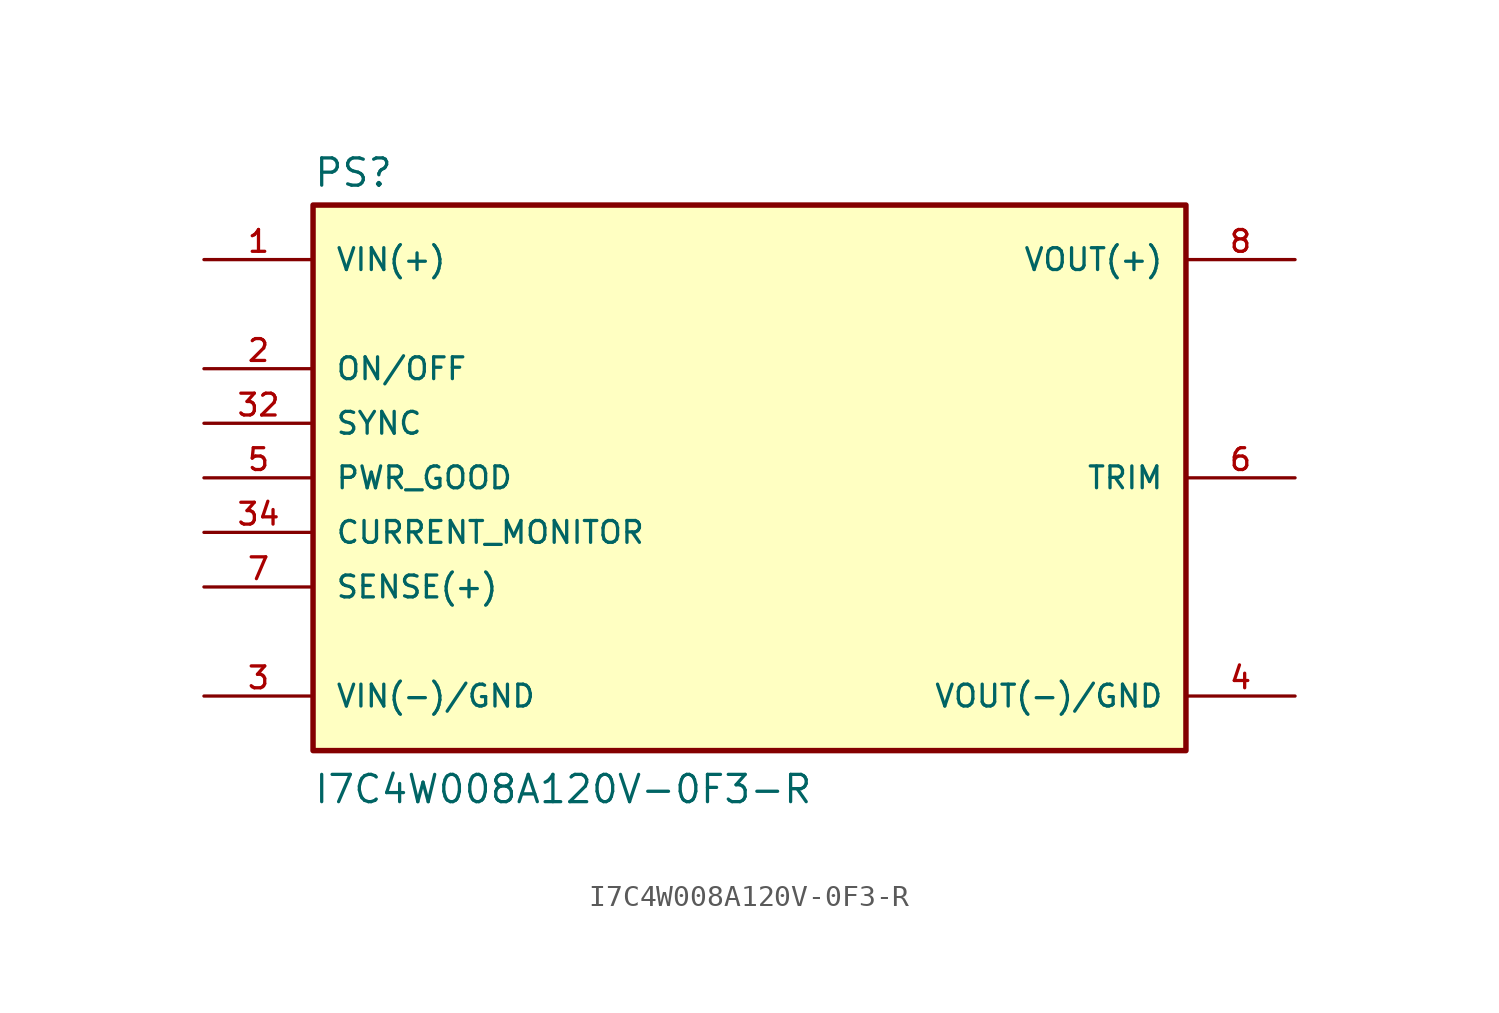
<source format=kicad_sym>
(kicad_symbol_lib
  (version 20211014)
  (generator kicad_symbol_editor)
  (symbol "I7C4W008A120V-0F3-R"
    (pin_names
      (offset 1.016))
    (property "Reference" "PS"
      (at -20.32 10.922 0)
      (effects (font (size 1.27 1.27)) (justify bottom left)))
    (property "Value" "I7C4W008A120V-0F3-R"
      (at -20.32 -17.78 0)
      (effects (font (size 1.27 1.27)) (justify bottom left)))
    (symbol "I7C4W008A120V-0F3-R_0_0"
      (rectangle (start -20.32 -15.24) (end 20.32 10.16) (stroke (width 0.254)) (fill (type background)))
      (pin input line (at -25.4 7.62 0) (length 5.08) (name "VIN(+)" (effects (font (size 1.016 1.016)))) (number "1" (effects (font (size 1.016 1.016)))))
      (pin passive line (at -25.4 -12.7 0) (length 5.08) (name "VIN(-)/GND" (effects (font (size 1.016 1.016)))) (number "3" (effects (font (size 1.016 1.016)))))
      (pin passive line (at -25.4 -7.62 0) (length 5.08) (name "SENSE(+)" (effects (font (size 1.016 1.016)))) (number "7" (effects (font (size 1.016 1.016)))))
      (pin passive line (at 25.4 -2.54 180.0) (length 5.08) (name "TRIM" (effects (font (size 1.016 1.016)))) (number "6" (effects (font (size 1.016 1.016)))))
      (pin passive line (at 25.4 -12.7 180.0) (length 5.08) (name "VOUT(-)/GND" (effects (font (size 1.016 1.016)))) (number "4" (effects (font (size 1.016 1.016)))))
      (pin output line (at 25.4 7.62 180.0) (length 5.08) (name "VOUT(+)" (effects (font (size 1.016 1.016)))) (number "8" (effects (font (size 1.016 1.016)))))
      (pin passive line (at -25.4 -5.08 0) (length 5.08) (name "CURRENT_MONITOR" (effects (font (size 1.016 1.016)))) (number "34" (effects (font (size 1.016 1.016)))))
      (pin input line (at -25.4 2.54 0) (length 5.08) (name "ON/OFF" (effects (font (size 1.016 1.016)))) (number "2" (effects (font (size 1.016 1.016)))))
      (pin passive line (at -25.4 -2.54 0) (length 5.08) (name "PWR_GOOD" (effects (font (size 1.016 1.016)))) (number "5" (effects (font (size 1.016 1.016)))))
      (pin passive line (at -25.4 0.0 0) (length 5.08) (name "SYNC" (effects (font (size 1.016 1.016)))) (number "32" (effects (font (size 1.016 1.016))))))))
</source>
